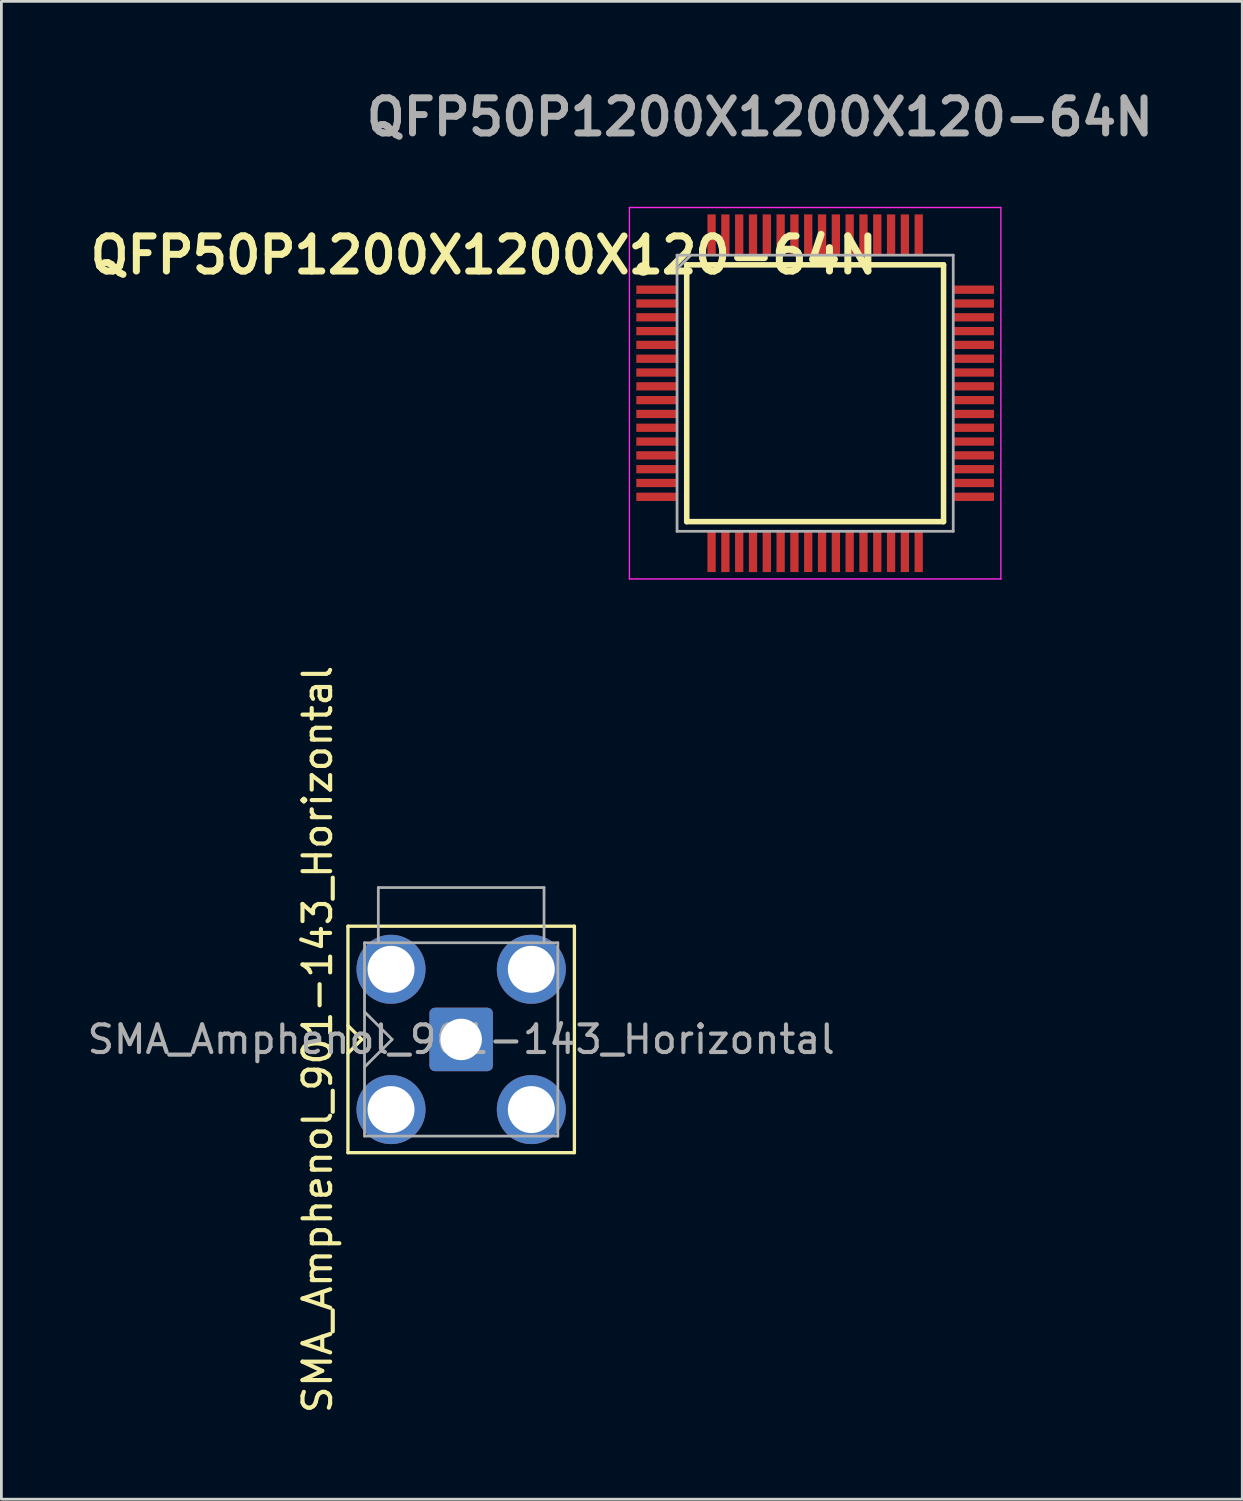
<source format=kicad_pcb>
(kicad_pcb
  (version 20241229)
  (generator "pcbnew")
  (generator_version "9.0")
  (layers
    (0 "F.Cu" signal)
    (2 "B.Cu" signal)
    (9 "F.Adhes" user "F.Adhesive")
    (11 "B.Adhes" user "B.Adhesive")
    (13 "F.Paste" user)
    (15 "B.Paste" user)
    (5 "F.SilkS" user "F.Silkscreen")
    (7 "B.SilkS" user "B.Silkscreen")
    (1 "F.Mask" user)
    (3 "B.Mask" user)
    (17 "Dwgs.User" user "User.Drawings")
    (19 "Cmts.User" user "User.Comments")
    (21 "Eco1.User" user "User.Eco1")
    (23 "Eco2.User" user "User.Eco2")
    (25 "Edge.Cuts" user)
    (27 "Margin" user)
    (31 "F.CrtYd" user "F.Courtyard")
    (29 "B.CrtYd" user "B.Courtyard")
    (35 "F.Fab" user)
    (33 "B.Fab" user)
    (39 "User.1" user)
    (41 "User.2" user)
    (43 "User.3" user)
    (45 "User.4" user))
  (footprint "QFP50P1200X1200X120-64N"
    (layer "F.Cu")
    (at 26.466 11.189)
    (property "Reference" "QFP50P1200X1200X120-64N" (at -12 -5 0) (layer "F.SilkS") (effects (font (size 1.27 1.27) (thickness 0.254))))
    (attr smd)
    (fp_line (start -4.65 -4.65) (end 4.65 -4.65) (stroke (width 0.2) (type solid)) (layer "F.SilkS"))
    (fp_line (start -4.65 4.65) (end -4.65 -4.65) (stroke (width 0.2) (type solid)) (layer "F.SilkS"))
    (fp_line (start 4.65 -4.65) (end 4.65 4.65) (stroke (width 0.2) (type solid)) (layer "F.SilkS"))
    (fp_line (start 4.65 4.65) (end -4.65 4.65) (stroke (width 0.2) (type solid)) (layer "F.SilkS"))
    (fp_circle (center -6.225 -4.5) (end -6.225 -4.375) (stroke (width 0.25) (type solid)) (fill no) (layer "F.SilkS"))
    (fp_line (start -6.725 -6.725) (end 6.725 -6.725) (stroke (width 0.05) (type solid)) (layer "F.CrtYd"))
    (fp_line (start -6.725 6.725) (end -6.725 -6.725) (stroke (width 0.05) (type solid)) (layer "F.CrtYd"))
    (fp_line (start 6.725 -6.725) (end 6.725 6.725) (stroke (width 0.05) (type solid)) (layer "F.CrtYd"))
    (fp_line (start 6.725 6.725) (end -6.725 6.725) (stroke (width 0.05) (type solid)) (layer "F.CrtYd"))
    (fp_line (start -5 -5) (end 5 -5) (stroke (width 0.1) (type solid)) (layer "F.Fab"))
    (fp_line (start -5 -4.5) (end -4.5 -5) (stroke (width 0.1) (type solid)) (layer "F.Fab"))
    (fp_line (start -5 5) (end -5 -5) (stroke (width 0.1) (type solid)) (layer "F.Fab"))
    (fp_line (start 5 -5) (end 5 5) (stroke (width 0.1) (type solid)) (layer "F.Fab"))
    (fp_line (start 5 5) (end -5 5) (stroke (width 0.1) (type solid)) (layer "F.Fab"))
    (fp_text user "${REFERENCE}" (at -2 -10 0) (layer "F.Fab") (effects (font (size 1.27 1.27) (thickness 0.254))))
    (pad "1" smd rect (at -5.738 -3.75 90) (size 0.3 1.475) (layers "F.Cu" "F.Mask" "F.Paste"))
    (pad "2" smd rect (at -5.738 -3.25 90) (size 0.3 1.475) (layers "F.Cu" "F.Mask" "F.Paste"))
    (pad "3" smd rect (at -5.738 -2.75 90) (size 0.3 1.475) (layers "F.Cu" "F.Mask" "F.Paste"))
    (pad "4" smd rect (at -5.738 -2.25 90) (size 0.3 1.475) (layers "F.Cu" "F.Mask" "F.Paste"))
    (pad "5" smd rect (at -5.738 -1.75 90) (size 0.3 1.475) (layers "F.Cu" "F.Mask" "F.Paste"))
    (pad "6" smd rect (at -5.738 -1.25 90) (size 0.3 1.475) (layers "F.Cu" "F.Mask" "F.Paste"))
    (pad "7" smd rect (at -5.738 -0.75 90) (size 0.3 1.475) (layers "F.Cu" "F.Mask" "F.Paste"))
    (pad "8" smd rect (at -5.738 -0.25 90) (size 0.3 1.475) (layers "F.Cu" "F.Mask" "F.Paste"))
    (pad "9" smd rect (at -5.738 0.25 90) (size 0.3 1.475) (layers "F.Cu" "F.Mask" "F.Paste"))
    (pad "10" smd rect (at -5.738 0.75 90) (size 0.3 1.475) (layers "F.Cu" "F.Mask" "F.Paste"))
    (pad "11" smd rect (at -5.738 1.25 90) (size 0.3 1.475) (layers "F.Cu" "F.Mask" "F.Paste"))
    (pad "12" smd rect (at -5.738 1.75 90) (size 0.3 1.475) (layers "F.Cu" "F.Mask" "F.Paste"))
    (pad "13" smd rect (at -5.738 2.25 90) (size 0.3 1.475) (layers "F.Cu" "F.Mask" "F.Paste"))
    (pad "14" smd rect (at -5.738 2.75 90) (size 0.3 1.475) (layers "F.Cu" "F.Mask" "F.Paste"))
    (pad "15" smd rect (at -5.738 3.25 90) (size 0.3 1.475) (layers "F.Cu" "F.Mask" "F.Paste"))
    (pad "16" smd rect (at -5.738 3.75 90) (size 0.3 1.475) (layers "F.Cu" "F.Mask" "F.Paste"))
    (pad "17" smd rect (at -3.75 5.738) (size 0.3 1.475) (layers "F.Cu" "F.Mask" "F.Paste"))
    (pad "18" smd rect (at -3.25 5.738) (size 0.3 1.475) (layers "F.Cu" "F.Mask" "F.Paste"))
    (pad "19" smd rect (at -2.75 5.738) (size 0.3 1.475) (layers "F.Cu" "F.Mask" "F.Paste"))
    (pad "20" smd rect (at -2.25 5.738) (size 0.3 1.475) (layers "F.Cu" "F.Mask" "F.Paste"))
    (pad "21" smd rect (at -1.75 5.738) (size 0.3 1.475) (layers "F.Cu" "F.Mask" "F.Paste"))
    (pad "22" smd rect (at -1.25 5.738) (size 0.3 1.475) (layers "F.Cu" "F.Mask" "F.Paste"))
    (pad "23" smd rect (at -0.75 5.738) (size 0.3 1.475) (layers "F.Cu" "F.Mask" "F.Paste"))
    (pad "24" smd rect (at -0.25 5.738) (size 0.3 1.475) (layers "F.Cu" "F.Mask" "F.Paste"))
    (pad "25" smd rect (at 0.25 5.738) (size 0.3 1.475) (layers "F.Cu" "F.Mask" "F.Paste"))
    (pad "26" smd rect (at 0.75 5.738) (size 0.3 1.475) (layers "F.Cu" "F.Mask" "F.Paste"))
    (pad "27" smd rect (at 1.25 5.738) (size 0.3 1.475) (layers "F.Cu" "F.Mask" "F.Paste"))
    (pad "28" smd rect (at 1.75 5.738) (size 0.3 1.475) (layers "F.Cu" "F.Mask" "F.Paste"))
    (pad "29" smd rect (at 2.25 5.738) (size 0.3 1.475) (layers "F.Cu" "F.Mask" "F.Paste"))
    (pad "30" smd rect (at 2.75 5.738) (size 0.3 1.475) (layers "F.Cu" "F.Mask" "F.Paste"))
    (pad "31" smd rect (at 3.25 5.738) (size 0.3 1.475) (layers "F.Cu" "F.Mask" "F.Paste"))
    (pad "32" smd rect (at 3.75 5.738) (size 0.3 1.475) (layers "F.Cu" "F.Mask" "F.Paste"))
    (pad "33" smd rect (at 5.738 3.75 90) (size 0.3 1.475) (layers "F.Cu" "F.Mask" "F.Paste"))
    (pad "34" smd rect (at 5.738 3.25 90) (size 0.3 1.475) (layers "F.Cu" "F.Mask" "F.Paste"))
    (pad "35" smd rect (at 5.738 2.75 90) (size 0.3 1.475) (layers "F.Cu" "F.Mask" "F.Paste"))
    (pad "36" smd rect (at 5.738 2.25 90) (size 0.3 1.475) (layers "F.Cu" "F.Mask" "F.Paste"))
    (pad "37" smd rect (at 5.738 1.75 90) (size 0.3 1.475) (layers "F.Cu" "F.Mask" "F.Paste"))
    (pad "38" smd rect (at 5.738 1.25 90) (size 0.3 1.475) (layers "F.Cu" "F.Mask" "F.Paste"))
    (pad "39" smd rect (at 5.738 0.75 90) (size 0.3 1.475) (layers "F.Cu" "F.Mask" "F.Paste"))
    (pad "40" smd rect (at 5.738 0.25 90) (size 0.3 1.475) (layers "F.Cu" "F.Mask" "F.Paste"))
    (pad "41" smd rect (at 5.738 -0.25 90) (size 0.3 1.475) (layers "F.Cu" "F.Mask" "F.Paste"))
    (pad "42" smd rect (at 5.738 -0.75 90) (size 0.3 1.475) (layers "F.Cu" "F.Mask" "F.Paste"))
    (pad "43" smd rect (at 5.738 -1.25 90) (size 0.3 1.475) (layers "F.Cu" "F.Mask" "F.Paste"))
    (pad "44" smd rect (at 5.738 -1.75 90) (size 0.3 1.475) (layers "F.Cu" "F.Mask" "F.Paste"))
    (pad "45" smd rect (at 5.738 -2.25 90) (size 0.3 1.475) (layers "F.Cu" "F.Mask" "F.Paste"))
    (pad "46" smd rect (at 5.738 -2.75 90) (size 0.3 1.475) (layers "F.Cu" "F.Mask" "F.Paste"))
    (pad "47" smd rect (at 5.738 -3.25 90) (size 0.3 1.475) (layers "F.Cu" "F.Mask" "F.Paste"))
    (pad "48" smd rect (at 5.738 -3.75 90) (size 0.3 1.475) (layers "F.Cu" "F.Mask" "F.Paste"))
    (pad "49" smd rect (at 3.75 -5.738) (size 0.3 1.475) (layers "F.Cu" "F.Mask" "F.Paste"))
    (pad "50" smd rect (at 3.25 -5.738) (size 0.3 1.475) (layers "F.Cu" "F.Mask" "F.Paste"))
    (pad "51" smd rect (at 2.75 -5.738) (size 0.3 1.475) (layers "F.Cu" "F.Mask" "F.Paste"))
    (pad "52" smd rect (at 2.25 -5.738) (size 0.3 1.475) (layers "F.Cu" "F.Mask" "F.Paste"))
    (pad "53" smd rect (at 1.75 -5.738) (size 0.3 1.475) (layers "F.Cu" "F.Mask" "F.Paste"))
    (pad "54" smd rect (at 1.25 -5.738) (size 0.3 1.475) (layers "F.Cu" "F.Mask" "F.Paste"))
    (pad "55" smd rect (at 0.75 -5.738) (size 0.3 1.475) (layers "F.Cu" "F.Mask" "F.Paste"))
    (pad "56" smd rect (at 0.25 -5.738) (size 0.3 1.475) (layers "F.Cu" "F.Mask" "F.Paste"))
    (pad "57" smd rect (at -0.25 -5.738) (size 0.3 1.475) (layers "F.Cu" "F.Mask" "F.Paste"))
    (pad "58" smd rect (at -0.75 -5.738) (size 0.3 1.475) (layers "F.Cu" "F.Mask" "F.Paste"))
    (pad "59" smd rect (at -1.25 -5.738) (size 0.3 1.475) (layers "F.Cu" "F.Mask" "F.Paste"))
    (pad "60" smd rect (at -1.75 -5.738) (size 0.3 1.475) (layers "F.Cu" "F.Mask" "F.Paste"))
    (pad "61" smd rect (at -2.25 -5.738) (size 0.3 1.475) (layers "F.Cu" "F.Mask" "F.Paste"))
    (pad "62" smd rect (at -2.75 -5.738) (size 0.3 1.475) (layers "F.Cu" "F.Mask" "F.Paste"))
    (pad "63" smd rect (at -3.25 -5.738) (size 0.3 1.475) (layers "F.Cu" "F.Mask" "F.Paste"))
    (pad "64" smd rect (at -3.75 -5.738) (size 0.3 1.475) (layers "F.Cu" "F.Mask" "F.Paste")))
  (footprint "SMA_Amphenol_901-143_Horizontal"
    (layer "F.Cu")
    (at 13.649 34.588)
    (property "Reference" "SMA_Amphenol_901-143_Horizontal" (at -5.2 0 90) (layer "F.SilkS") (effects (font (size 1 1) (thickness 0.15))))
    (attr through_hole)
    (fp_line (start -4.1 -4.1) (end -4.1 4.1) (stroke (width 0.12) (type solid)) (layer "F.SilkS"))
    (fp_line (start -4.1 -4.1) (end 4.1 -4.1) (stroke (width 0.12) (type solid)) (layer "F.SilkS"))
    (fp_line (start -4.1 0.5) (end -3.6 0) (stroke (width 0.12) (type solid)) (layer "F.SilkS"))
    (fp_line (start -4.1 4.1) (end 4.1 4.1) (stroke (width 0.12) (type solid)) (layer "F.SilkS"))
    (fp_line (start -3.6 0) (end -4.1 -0.5) (stroke (width 0.12) (type solid)) (layer "F.SilkS"))
    (fp_line (start 4.1 -4.1) (end 4.1 4.1) (stroke (width 0.12) (type solid)) (layer "F.SilkS"))
    (fp_line (start -4.572 -5.08) (end 4.318 -5.08) (stroke (width 0.1) (type default)) (layer "Margin"))
    (fp_line (start -4.572 4.318) (end -4.572 -5.08) (stroke (width 0.1) (type default)) (layer "Margin"))
    (fp_line (start -4.318 4.318) (end -4.572 4.318) (stroke (width 0.1) (type default)) (layer "Margin"))
    (fp_line (start 4.318 -5.08) (end 4.318 4.318) (stroke (width 0.1) (type default)) (layer "Margin"))
    (fp_line (start 4.318 4.318) (end -4.318 4.318) (stroke (width 0.1) (type default)) (layer "Margin"))
    (fp_line (start -3.5 -3.5) (end -3.5 3.5) (stroke (width 0.1) (type solid)) (layer "F.Fab"))
    (fp_line (start -3.5 -3.5) (end 3.5 -3.5) (stroke (width 0.1) (type solid)) (layer "F.Fab"))
    (fp_line (start -3.5 -1) (end -2.5 0) (stroke (width 0.1) (type solid)) (layer "F.Fab"))
    (fp_line (start -3.5 3.5) (end 3.5 3.5) (stroke (width 0.1) (type solid)) (layer "F.Fab"))
    (fp_line (start -3 -5.5) (end -3 -3.5) (stroke (width 0.1) (type solid)) (layer "F.Fab"))
    (fp_line (start -2.5 0) (end -3.5 1) (stroke (width 0.1) (type solid)) (layer "F.Fab"))
    (fp_line (start 3 -5.5) (end -3 -5.5) (stroke (width 0.1) (type solid)) (layer "F.Fab"))
    (fp_line (start 3 -5.5) (end 3 -3.5) (stroke (width 0.1) (type solid)) (layer "F.Fab"))
    (fp_line (start 3.5 -3.5) (end 3.5 3.5) (stroke (width 0.1) (type solid)) (layer "F.Fab"))
    (fp_text user "${REFERENCE}" (at 0 0 0) (layer "F.Fab") (effects (font (size 1 1) (thickness 0.15))))
    (pad "1" thru_hole roundrect (at 0 0) (size 2.3 2.3) (drill 1.5) (layers "*.Cu" "*.Mask") (remove_unused_layers yes) (keep_end_layers yes) (zone_layer_connections) (roundrect_rratio 0.087))
    (pad "2" thru_hole circle (at -2.54 -2.54) (size 2.5 2.5) (drill 1.7) (layers "*.Cu" "*.Mask") (remove_unused_layers yes) (keep_end_layers yes) (zone_layer_connections))
    (pad "2" thru_hole circle (at -2.54 2.54) (size 2.5 2.5) (drill 1.7) (layers "*.Cu" "*.Mask") (remove_unused_layers yes) (keep_end_layers yes) (zone_layer_connections))
    (pad "2" thru_hole circle (at 2.54 -2.54) (size 2.5 2.5) (drill 1.7) (layers "*.Cu" "*.Mask") (remove_unused_layers yes) (keep_end_layers yes) (zone_layer_connections))
    (pad "2" thru_hole circle (at 2.54 2.54) (size 2.5 2.5) (drill 1.7) (layers "*.Cu" "*.Mask") (remove_unused_layers yes) (keep_end_layers yes) (zone_layer_connections)))
  (gr_rect
    (start -3 -3)
    (end 41.932 51.236)
    (stroke (width 0.1) (type default))
    (fill no)
    (layer "Edge.Cuts")))
</source>
